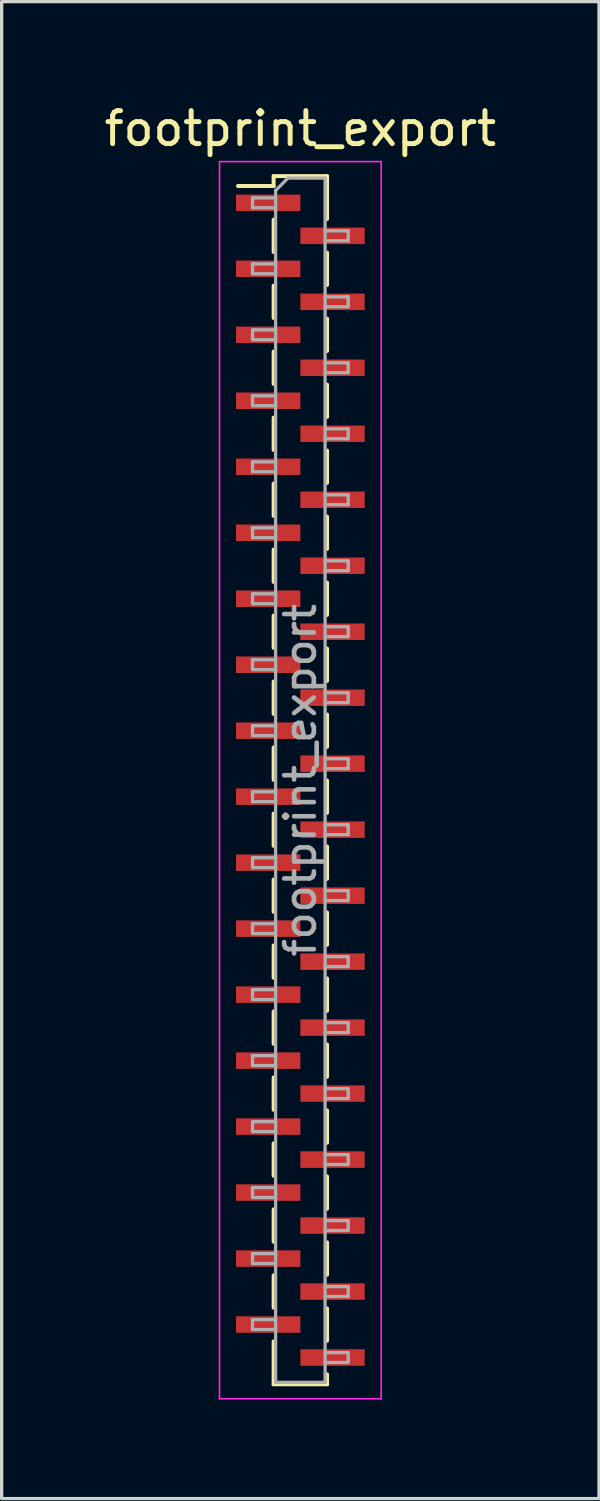
<source format=kicad_pcb>
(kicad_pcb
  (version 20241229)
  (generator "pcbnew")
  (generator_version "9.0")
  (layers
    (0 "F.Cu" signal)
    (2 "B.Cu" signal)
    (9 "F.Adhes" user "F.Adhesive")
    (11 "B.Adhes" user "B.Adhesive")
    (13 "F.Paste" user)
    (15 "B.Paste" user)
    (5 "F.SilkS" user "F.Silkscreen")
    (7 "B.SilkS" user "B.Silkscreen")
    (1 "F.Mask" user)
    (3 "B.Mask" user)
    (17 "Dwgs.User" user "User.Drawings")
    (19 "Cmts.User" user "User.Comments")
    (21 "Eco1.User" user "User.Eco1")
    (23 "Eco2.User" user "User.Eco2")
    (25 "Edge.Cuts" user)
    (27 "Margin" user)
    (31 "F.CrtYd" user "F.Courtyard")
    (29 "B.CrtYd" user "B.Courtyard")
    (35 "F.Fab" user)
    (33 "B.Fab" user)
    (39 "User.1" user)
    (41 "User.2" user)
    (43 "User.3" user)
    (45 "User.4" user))
  (footprint "footprint_export"
    (layer "F.Cu")
    (at 6.054 20.598)
    (property "Reference" "footprint_export" (at 0 -19.75 0) (layer "F.SilkS") (effects (font (size 1 1) (thickness 0.15))))
    (attr smd)
    (fp_line (start -1.89 -18.01) (end -0.81 -18.01) (stroke (width 0.12) (type solid)) (layer "F.SilkS"))
    (fp_line (start -0.81 -18.31) (end -0.81 -18.01) (stroke (width 0.12) (type solid)) (layer "F.SilkS"))
    (fp_line (start -0.81 -18.31) (end 0.81 -18.31) (stroke (width 0.12) (type solid)) (layer "F.SilkS"))
    (fp_line (start -0.81 -16.99) (end -0.81 -16.01) (stroke (width 0.12) (type solid)) (layer "F.SilkS"))
    (fp_line (start -0.81 -14.99) (end -0.81 -14.01) (stroke (width 0.12) (type solid)) (layer "F.SilkS"))
    (fp_line (start -0.81 -12.99) (end -0.81 -12.01) (stroke (width 0.12) (type solid)) (layer "F.SilkS"))
    (fp_line (start -0.81 -10.99) (end -0.81 -10.01) (stroke (width 0.12) (type solid)) (layer "F.SilkS"))
    (fp_line (start -0.81 -8.99) (end -0.81 -8.01) (stroke (width 0.12) (type solid)) (layer "F.SilkS"))
    (fp_line (start -0.81 -6.99) (end -0.81 -6.01) (stroke (width 0.12) (type solid)) (layer "F.SilkS"))
    (fp_line (start -0.81 -4.99) (end -0.81 -4.01) (stroke (width 0.12) (type solid)) (layer "F.SilkS"))
    (fp_line (start -0.81 -2.99) (end -0.81 -2.01) (stroke (width 0.12) (type solid)) (layer "F.SilkS"))
    (fp_line (start -0.81 -0.99) (end -0.81 -0.01) (stroke (width 0.12) (type solid)) (layer "F.SilkS"))
    (fp_line (start -0.81 1.01) (end -0.81 1.99) (stroke (width 0.12) (type solid)) (layer "F.SilkS"))
    (fp_line (start -0.81 3.01) (end -0.81 3.99) (stroke (width 0.12) (type solid)) (layer "F.SilkS"))
    (fp_line (start -0.81 5.01) (end -0.81 5.99) (stroke (width 0.12) (type solid)) (layer "F.SilkS"))
    (fp_line (start -0.81 7.01) (end -0.81 7.99) (stroke (width 0.12) (type solid)) (layer "F.SilkS"))
    (fp_line (start -0.81 9.01) (end -0.81 9.99) (stroke (width 0.12) (type solid)) (layer "F.SilkS"))
    (fp_line (start -0.81 11.01) (end -0.81 11.99) (stroke (width 0.12) (type solid)) (layer "F.SilkS"))
    (fp_line (start -0.81 13.01) (end -0.81 13.99) (stroke (width 0.12) (type solid)) (layer "F.SilkS"))
    (fp_line (start -0.81 15.01) (end -0.81 15.99) (stroke (width 0.12) (type solid)) (layer "F.SilkS"))
    (fp_line (start -0.81 17.01) (end -0.81 18.31) (stroke (width 0.12) (type solid)) (layer "F.SilkS"))
    (fp_line (start -0.81 18.31) (end 0.81 18.31) (stroke (width 0.12) (type solid)) (layer "F.SilkS"))
    (fp_line (start 0.81 -18.31) (end 0.81 -17.01) (stroke (width 0.12) (type solid)) (layer "F.SilkS"))
    (fp_line (start 0.81 -15.99) (end 0.81 -15.01) (stroke (width 0.12) (type solid)) (layer "F.SilkS"))
    (fp_line (start 0.81 -13.99) (end 0.81 -13.01) (stroke (width 0.12) (type solid)) (layer "F.SilkS"))
    (fp_line (start 0.81 -11.99) (end 0.81 -11.01) (stroke (width 0.12) (type solid)) (layer "F.SilkS"))
    (fp_line (start 0.81 -9.99) (end 0.81 -9.01) (stroke (width 0.12) (type solid)) (layer "F.SilkS"))
    (fp_line (start 0.81 -7.99) (end 0.81 -7.01) (stroke (width 0.12) (type solid)) (layer "F.SilkS"))
    (fp_line (start 0.81 -5.99) (end 0.81 -5.01) (stroke (width 0.12) (type solid)) (layer "F.SilkS"))
    (fp_line (start 0.81 -3.99) (end 0.81 -3.01) (stroke (width 0.12) (type solid)) (layer "F.SilkS"))
    (fp_line (start 0.81 -1.99) (end 0.81 -1.01) (stroke (width 0.12) (type solid)) (layer "F.SilkS"))
    (fp_line (start 0.81 0.01) (end 0.81 0.99) (stroke (width 0.12) (type solid)) (layer "F.SilkS"))
    (fp_line (start 0.81 2.01) (end 0.81 2.99) (stroke (width 0.12) (type solid)) (layer "F.SilkS"))
    (fp_line (start 0.81 4.01) (end 0.81 4.99) (stroke (width 0.12) (type solid)) (layer "F.SilkS"))
    (fp_line (start 0.81 6.01) (end 0.81 6.99) (stroke (width 0.12) (type solid)) (layer "F.SilkS"))
    (fp_line (start 0.81 8.01) (end 0.81 8.99) (stroke (width 0.12) (type solid)) (layer "F.SilkS"))
    (fp_line (start 0.81 10.01) (end 0.81 10.99) (stroke (width 0.12) (type solid)) (layer "F.SilkS"))
    (fp_line (start 0.81 12.01) (end 0.81 12.99) (stroke (width 0.12) (type solid)) (layer "F.SilkS"))
    (fp_line (start 0.81 14.01) (end 0.81 14.99) (stroke (width 0.12) (type solid)) (layer "F.SilkS"))
    (fp_line (start 0.81 16.01) (end 0.81 16.99) (stroke (width 0.12) (type solid)) (layer "F.SilkS"))
    (fp_line (start 0.81 18.01) (end 0.81 18.31) (stroke (width 0.12) (type solid)) (layer "F.SilkS"))
    (fp_line (start -2.45 -18.75) (end 2.45 -18.75) (stroke (width 0.05) (type solid)) (layer "F.CrtYd"))
    (fp_line (start -2.45 18.75) (end -2.45 -18.75) (stroke (width 0.05) (type solid)) (layer "F.CrtYd"))
    (fp_line (start 2.45 -18.75) (end 2.45 18.75) (stroke (width 0.05) (type solid)) (layer "F.CrtYd"))
    (fp_line (start 2.45 18.75) (end -2.45 18.75) (stroke (width 0.05) (type solid)) (layer "F.CrtYd"))
    (fp_line (start -1.45 -17.65) (end -0.75 -17.65) (stroke (width 0.1) (type solid)) (layer "F.Fab"))
    (fp_line (start -1.45 -17.35) (end -1.45 -17.65) (stroke (width 0.1) (type solid)) (layer "F.Fab"))
    (fp_line (start -1.45 -15.65) (end -0.75 -15.65) (stroke (width 0.1) (type solid)) (layer "F.Fab"))
    (fp_line (start -1.45 -15.35) (end -1.45 -15.65) (stroke (width 0.1) (type solid)) (layer "F.Fab"))
    (fp_line (start -1.45 -13.65) (end -0.75 -13.65) (stroke (width 0.1) (type solid)) (layer "F.Fab"))
    (fp_line (start -1.45 -13.35) (end -1.45 -13.65) (stroke (width 0.1) (type solid)) (layer "F.Fab"))
    (fp_line (start -1.45 -11.65) (end -0.75 -11.65) (stroke (width 0.1) (type solid)) (layer "F.Fab"))
    (fp_line (start -1.45 -11.35) (end -1.45 -11.65) (stroke (width 0.1) (type solid)) (layer "F.Fab"))
    (fp_line (start -1.45 -9.65) (end -0.75 -9.65) (stroke (width 0.1) (type solid)) (layer "F.Fab"))
    (fp_line (start -1.45 -9.35) (end -1.45 -9.65) (stroke (width 0.1) (type solid)) (layer "F.Fab"))
    (fp_line (start -1.45 -7.65) (end -0.75 -7.65) (stroke (width 0.1) (type solid)) (layer "F.Fab"))
    (fp_line (start -1.45 -7.35) (end -1.45 -7.65) (stroke (width 0.1) (type solid)) (layer "F.Fab"))
    (fp_line (start -1.45 -5.65) (end -0.75 -5.65) (stroke (width 0.1) (type solid)) (layer "F.Fab"))
    (fp_line (start -1.45 -5.35) (end -1.45 -5.65) (stroke (width 0.1) (type solid)) (layer "F.Fab"))
    (fp_line (start -1.45 -3.65) (end -0.75 -3.65) (stroke (width 0.1) (type solid)) (layer "F.Fab"))
    (fp_line (start -1.45 -3.35) (end -1.45 -3.65) (stroke (width 0.1) (type solid)) (layer "F.Fab"))
    (fp_line (start -1.45 -1.65) (end -0.75 -1.65) (stroke (width 0.1) (type solid)) (layer "F.Fab"))
    (fp_line (start -1.45 -1.35) (end -1.45 -1.65) (stroke (width 0.1) (type solid)) (layer "F.Fab"))
    (fp_line (start -1.45 0.35) (end -0.75 0.35) (stroke (width 0.1) (type solid)) (layer "F.Fab"))
    (fp_line (start -1.45 0.65) (end -1.45 0.35) (stroke (width 0.1) (type solid)) (layer "F.Fab"))
    (fp_line (start -1.45 2.35) (end -0.75 2.35) (stroke (width 0.1) (type solid)) (layer "F.Fab"))
    (fp_line (start -1.45 2.65) (end -1.45 2.35) (stroke (width 0.1) (type solid)) (layer "F.Fab"))
    (fp_line (start -1.45 4.35) (end -0.75 4.35) (stroke (width 0.1) (type solid)) (layer "F.Fab"))
    (fp_line (start -1.45 4.65) (end -1.45 4.35) (stroke (width 0.1) (type solid)) (layer "F.Fab"))
    (fp_line (start -1.45 6.35) (end -0.75 6.35) (stroke (width 0.1) (type solid)) (layer "F.Fab"))
    (fp_line (start -1.45 6.65) (end -1.45 6.35) (stroke (width 0.1) (type solid)) (layer "F.Fab"))
    (fp_line (start -1.45 8.35) (end -0.75 8.35) (stroke (width 0.1) (type solid)) (layer "F.Fab"))
    (fp_line (start -1.45 8.65) (end -1.45 8.35) (stroke (width 0.1) (type solid)) (layer "F.Fab"))
    (fp_line (start -1.45 10.35) (end -0.75 10.35) (stroke (width 0.1) (type solid)) (layer "F.Fab"))
    (fp_line (start -1.45 10.65) (end -1.45 10.35) (stroke (width 0.1) (type solid)) (layer "F.Fab"))
    (fp_line (start -1.45 12.35) (end -0.75 12.35) (stroke (width 0.1) (type solid)) (layer "F.Fab"))
    (fp_line (start -1.45 12.65) (end -1.45 12.35) (stroke (width 0.1) (type solid)) (layer "F.Fab"))
    (fp_line (start -1.45 14.35) (end -0.75 14.35) (stroke (width 0.1) (type solid)) (layer "F.Fab"))
    (fp_line (start -1.45 14.65) (end -1.45 14.35) (stroke (width 0.1) (type solid)) (layer "F.Fab"))
    (fp_line (start -1.45 16.35) (end -0.75 16.35) (stroke (width 0.1) (type solid)) (layer "F.Fab"))
    (fp_line (start -1.45 16.65) (end -1.45 16.35) (stroke (width 0.1) (type solid)) (layer "F.Fab"))
    (fp_line (start -0.75 -17.875) (end -0.375 -18.25) (stroke (width 0.1) (type solid)) (layer "F.Fab"))
    (fp_line (start -0.75 -17.35) (end -1.45 -17.35) (stroke (width 0.1) (type solid)) (layer "F.Fab"))
    (fp_line (start -0.75 -15.35) (end -1.45 -15.35) (stroke (width 0.1) (type solid)) (layer "F.Fab"))
    (fp_line (start -0.75 -13.35) (end -1.45 -13.35) (stroke (width 0.1) (type solid)) (layer "F.Fab"))
    (fp_line (start -0.75 -11.35) (end -1.45 -11.35) (stroke (width 0.1) (type solid)) (layer "F.Fab"))
    (fp_line (start -0.75 -9.35) (end -1.45 -9.35) (stroke (width 0.1) (type solid)) (layer "F.Fab"))
    (fp_line (start -0.75 -7.35) (end -1.45 -7.35) (stroke (width 0.1) (type solid)) (layer "F.Fab"))
    (fp_line (start -0.75 -5.35) (end -1.45 -5.35) (stroke (width 0.1) (type solid)) (layer "F.Fab"))
    (fp_line (start -0.75 -3.35) (end -1.45 -3.35) (stroke (width 0.1) (type solid)) (layer "F.Fab"))
    (fp_line (start -0.75 -1.35) (end -1.45 -1.35) (stroke (width 0.1) (type solid)) (layer "F.Fab"))
    (fp_line (start -0.75 0.65) (end -1.45 0.65) (stroke (width 0.1) (type solid)) (layer "F.Fab"))
    (fp_line (start -0.75 2.65) (end -1.45 2.65) (stroke (width 0.1) (type solid)) (layer "F.Fab"))
    (fp_line (start -0.75 4.65) (end -1.45 4.65) (stroke (width 0.1) (type solid)) (layer "F.Fab"))
    (fp_line (start -0.75 6.65) (end -1.45 6.65) (stroke (width 0.1) (type solid)) (layer "F.Fab"))
    (fp_line (start -0.75 8.65) (end -1.45 8.65) (stroke (width 0.1) (type solid)) (layer "F.Fab"))
    (fp_line (start -0.75 10.65) (end -1.45 10.65) (stroke (width 0.1) (type solid)) (layer "F.Fab"))
    (fp_line (start -0.75 12.65) (end -1.45 12.65) (stroke (width 0.1) (type solid)) (layer "F.Fab"))
    (fp_line (start -0.75 14.65) (end -1.45 14.65) (stroke (width 0.1) (type solid)) (layer "F.Fab"))
    (fp_line (start -0.75 16.65) (end -1.45 16.65) (stroke (width 0.1) (type solid)) (layer "F.Fab"))
    (fp_line (start -0.75 18.25) (end -0.75 -17.875) (stroke (width 0.1) (type solid)) (layer "F.Fab"))
    (fp_line (start -0.375 -18.25) (end 0.75 -18.25) (stroke (width 0.1) (type solid)) (layer "F.Fab"))
    (fp_line (start 0.75 -18.25) (end 0.75 18.25) (stroke (width 0.1) (type solid)) (layer "F.Fab"))
    (fp_line (start 0.75 -16.65) (end 1.45 -16.65) (stroke (width 0.1) (type solid)) (layer "F.Fab"))
    (fp_line (start 0.75 -14.65) (end 1.45 -14.65) (stroke (width 0.1) (type solid)) (layer "F.Fab"))
    (fp_line (start 0.75 -12.65) (end 1.45 -12.65) (stroke (width 0.1) (type solid)) (layer "F.Fab"))
    (fp_line (start 0.75 -10.65) (end 1.45 -10.65) (stroke (width 0.1) (type solid)) (layer "F.Fab"))
    (fp_line (start 0.75 -8.65) (end 1.45 -8.65) (stroke (width 0.1) (type solid)) (layer "F.Fab"))
    (fp_line (start 0.75 -6.65) (end 1.45 -6.65) (stroke (width 0.1) (type solid)) (layer "F.Fab"))
    (fp_line (start 0.75 -4.65) (end 1.45 -4.65) (stroke (width 0.1) (type solid)) (layer "F.Fab"))
    (fp_line (start 0.75 -2.65) (end 1.45 -2.65) (stroke (width 0.1) (type solid)) (layer "F.Fab"))
    (fp_line (start 0.75 -0.65) (end 1.45 -0.65) (stroke (width 0.1) (type solid)) (layer "F.Fab"))
    (fp_line (start 0.75 1.35) (end 1.45 1.35) (stroke (width 0.1) (type solid)) (layer "F.Fab"))
    (fp_line (start 0.75 3.35) (end 1.45 3.35) (stroke (width 0.1) (type solid)) (layer "F.Fab"))
    (fp_line (start 0.75 5.35) (end 1.45 5.35) (stroke (width 0.1) (type solid)) (layer "F.Fab"))
    (fp_line (start 0.75 7.35) (end 1.45 7.35) (stroke (width 0.1) (type solid)) (layer "F.Fab"))
    (fp_line (start 0.75 9.35) (end 1.45 9.35) (stroke (width 0.1) (type solid)) (layer "F.Fab"))
    (fp_line (start 0.75 11.35) (end 1.45 11.35) (stroke (width 0.1) (type solid)) (layer "F.Fab"))
    (fp_line (start 0.75 13.35) (end 1.45 13.35) (stroke (width 0.1) (type solid)) (layer "F.Fab"))
    (fp_line (start 0.75 15.35) (end 1.45 15.35) (stroke (width 0.1) (type solid)) (layer "F.Fab"))
    (fp_line (start 0.75 17.35) (end 1.45 17.35) (stroke (width 0.1) (type solid)) (layer "F.Fab"))
    (fp_line (start 0.75 18.25) (end -0.75 18.25) (stroke (width 0.1) (type solid)) (layer "F.Fab"))
    (fp_line (start 1.45 -16.65) (end 1.45 -16.35) (stroke (width 0.1) (type solid)) (layer "F.Fab"))
    (fp_line (start 1.45 -16.35) (end 0.75 -16.35) (stroke (width 0.1) (type solid)) (layer "F.Fab"))
    (fp_line (start 1.45 -14.65) (end 1.45 -14.35) (stroke (width 0.1) (type solid)) (layer "F.Fab"))
    (fp_line (start 1.45 -14.35) (end 0.75 -14.35) (stroke (width 0.1) (type solid)) (layer "F.Fab"))
    (fp_line (start 1.45 -12.65) (end 1.45 -12.35) (stroke (width 0.1) (type solid)) (layer "F.Fab"))
    (fp_line (start 1.45 -12.35) (end 0.75 -12.35) (stroke (width 0.1) (type solid)) (layer "F.Fab"))
    (fp_line (start 1.45 -10.65) (end 1.45 -10.35) (stroke (width 0.1) (type solid)) (layer "F.Fab"))
    (fp_line (start 1.45 -10.35) (end 0.75 -10.35) (stroke (width 0.1) (type solid)) (layer "F.Fab"))
    (fp_line (start 1.45 -8.65) (end 1.45 -8.35) (stroke (width 0.1) (type solid)) (layer "F.Fab"))
    (fp_line (start 1.45 -8.35) (end 0.75 -8.35) (stroke (width 0.1) (type solid)) (layer "F.Fab"))
    (fp_line (start 1.45 -6.65) (end 1.45 -6.35) (stroke (width 0.1) (type solid)) (layer "F.Fab"))
    (fp_line (start 1.45 -6.35) (end 0.75 -6.35) (stroke (width 0.1) (type solid)) (layer "F.Fab"))
    (fp_line (start 1.45 -4.65) (end 1.45 -4.35) (stroke (width 0.1) (type solid)) (layer "F.Fab"))
    (fp_line (start 1.45 -4.35) (end 0.75 -4.35) (stroke (width 0.1) (type solid)) (layer "F.Fab"))
    (fp_line (start 1.45 -2.65) (end 1.45 -2.35) (stroke (width 0.1) (type solid)) (layer "F.Fab"))
    (fp_line (start 1.45 -2.35) (end 0.75 -2.35) (stroke (width 0.1) (type solid)) (layer "F.Fab"))
    (fp_line (start 1.45 -0.65) (end 1.45 -0.35) (stroke (width 0.1) (type solid)) (layer "F.Fab"))
    (fp_line (start 1.45 -0.35) (end 0.75 -0.35) (stroke (width 0.1) (type solid)) (layer "F.Fab"))
    (fp_line (start 1.45 1.35) (end 1.45 1.65) (stroke (width 0.1) (type solid)) (layer "F.Fab"))
    (fp_line (start 1.45 1.65) (end 0.75 1.65) (stroke (width 0.1) (type solid)) (layer "F.Fab"))
    (fp_line (start 1.45 3.35) (end 1.45 3.65) (stroke (width 0.1) (type solid)) (layer "F.Fab"))
    (fp_line (start 1.45 3.65) (end 0.75 3.65) (stroke (width 0.1) (type solid)) (layer "F.Fab"))
    (fp_line (start 1.45 5.35) (end 1.45 5.65) (stroke (width 0.1) (type solid)) (layer "F.Fab"))
    (fp_line (start 1.45 5.65) (end 0.75 5.65) (stroke (width 0.1) (type solid)) (layer "F.Fab"))
    (fp_line (start 1.45 7.35) (end 1.45 7.65) (stroke (width 0.1) (type solid)) (layer "F.Fab"))
    (fp_line (start 1.45 7.65) (end 0.75 7.65) (stroke (width 0.1) (type solid)) (layer "F.Fab"))
    (fp_line (start 1.45 9.35) (end 1.45 9.65) (stroke (width 0.1) (type solid)) (layer "F.Fab"))
    (fp_line (start 1.45 9.65) (end 0.75 9.65) (stroke (width 0.1) (type solid)) (layer "F.Fab"))
    (fp_line (start 1.45 11.35) (end 1.45 11.65) (stroke (width 0.1) (type solid)) (layer "F.Fab"))
    (fp_line (start 1.45 11.65) (end 0.75 11.65) (stroke (width 0.1) (type solid)) (layer "F.Fab"))
    (fp_line (start 1.45 13.35) (end 1.45 13.65) (stroke (width 0.1) (type solid)) (layer "F.Fab"))
    (fp_line (start 1.45 13.65) (end 0.75 13.65) (stroke (width 0.1) (type solid)) (layer "F.Fab"))
    (fp_line (start 1.45 15.35) (end 1.45 15.65) (stroke (width 0.1) (type solid)) (layer "F.Fab"))
    (fp_line (start 1.45 15.65) (end 0.75 15.65) (stroke (width 0.1) (type solid)) (layer "F.Fab"))
    (fp_line (start 1.45 17.35) (end 1.45 17.65) (stroke (width 0.1) (type solid)) (layer "F.Fab"))
    (fp_line (start 1.45 17.65) (end 0.75 17.65) (stroke (width 0.1) (type solid)) (layer "F.Fab"))
    (fp_text user "${REFERENCE}" (at 0 0 90) (layer "F.Fab") (effects (font (size 0.9 0.9) (thickness 0.14))))
    (pad "1" smd rect (at -0.975 -17.5) (size 1.95 0.5) (layers "F.Cu" "F.Mask" "F.Paste"))
    (pad "2" smd rect (at 0.975 -16.5) (size 1.95 0.5) (layers "F.Cu" "F.Mask" "F.Paste"))
    (pad "3" smd rect (at -0.975 -15.5) (size 1.95 0.5) (layers "F.Cu" "F.Mask" "F.Paste"))
    (pad "4" smd rect (at 0.975 -14.5) (size 1.95 0.5) (layers "F.Cu" "F.Mask" "F.Paste"))
    (pad "5" smd rect (at -0.975 -13.5) (size 1.95 0.5) (layers "F.Cu" "F.Mask" "F.Paste"))
    (pad "6" smd rect (at 0.975 -12.5) (size 1.95 0.5) (layers "F.Cu" "F.Mask" "F.Paste"))
    (pad "7" smd rect (at -0.975 -11.5) (size 1.95 0.5) (layers "F.Cu" "F.Mask" "F.Paste"))
    (pad "8" smd rect (at 0.975 -10.5) (size 1.95 0.5) (layers "F.Cu" "F.Mask" "F.Paste"))
    (pad "9" smd rect (at -0.975 -9.5) (size 1.95 0.5) (layers "F.Cu" "F.Mask" "F.Paste"))
    (pad "10" smd rect (at 0.975 -8.5) (size 1.95 0.5) (layers "F.Cu" "F.Mask" "F.Paste"))
    (pad "11" smd rect (at -0.975 -7.5) (size 1.95 0.5) (layers "F.Cu" "F.Mask" "F.Paste"))
    (pad "12" smd rect (at 0.975 -6.5) (size 1.95 0.5) (layers "F.Cu" "F.Mask" "F.Paste"))
    (pad "13" smd rect (at -0.975 -5.5) (size 1.95 0.5) (layers "F.Cu" "F.Mask" "F.Paste"))
    (pad "14" smd rect (at 0.975 -4.5) (size 1.95 0.5) (layers "F.Cu" "F.Mask" "F.Paste"))
    (pad "15" smd rect (at -0.975 -3.5) (size 1.95 0.5) (layers "F.Cu" "F.Mask" "F.Paste"))
    (pad "16" smd rect (at 0.975 -2.5) (size 1.95 0.5) (layers "F.Cu" "F.Mask" "F.Paste"))
    (pad "17" smd rect (at -0.975 -1.5) (size 1.95 0.5) (layers "F.Cu" "F.Mask" "F.Paste"))
    (pad "18" smd rect (at 0.975 -0.5) (size 1.95 0.5) (layers "F.Cu" "F.Mask" "F.Paste"))
    (pad "19" smd rect (at -0.975 0.5) (size 1.95 0.5) (layers "F.Cu" "F.Mask" "F.Paste"))
    (pad "20" smd rect (at 0.975 1.5) (size 1.95 0.5) (layers "F.Cu" "F.Mask" "F.Paste"))
    (pad "21" smd rect (at -0.975 2.5) (size 1.95 0.5) (layers "F.Cu" "F.Mask" "F.Paste"))
    (pad "22" smd rect (at 0.975 3.5) (size 1.95 0.5) (layers "F.Cu" "F.Mask" "F.Paste"))
    (pad "23" smd rect (at -0.975 4.5) (size 1.95 0.5) (layers "F.Cu" "F.Mask" "F.Paste"))
    (pad "24" smd rect (at 0.975 5.5) (size 1.95 0.5) (layers "F.Cu" "F.Mask" "F.Paste"))
    (pad "25" smd rect (at -0.975 6.5) (size 1.95 0.5) (layers "F.Cu" "F.Mask" "F.Paste"))
    (pad "26" smd rect (at 0.975 7.5) (size 1.95 0.5) (layers "F.Cu" "F.Mask" "F.Paste"))
    (pad "27" smd rect (at -0.975 8.5) (size 1.95 0.5) (layers "F.Cu" "F.Mask" "F.Paste"))
    (pad "28" smd rect (at 0.975 9.5) (size 1.95 0.5) (layers "F.Cu" "F.Mask" "F.Paste"))
    (pad "29" smd rect (at -0.975 10.5) (size 1.95 0.5) (layers "F.Cu" "F.Mask" "F.Paste"))
    (pad "30" smd rect (at 0.975 11.5) (size 1.95 0.5) (layers "F.Cu" "F.Mask" "F.Paste"))
    (pad "31" smd rect (at -0.975 12.5) (size 1.95 0.5) (layers "F.Cu" "F.Mask" "F.Paste"))
    (pad "32" smd rect (at 0.975 13.5) (size 1.95 0.5) (layers "F.Cu" "F.Mask" "F.Paste"))
    (pad "33" smd rect (at -0.975 14.5) (size 1.95 0.5) (layers "F.Cu" "F.Mask" "F.Paste"))
    (pad "34" smd rect (at 0.975 15.5) (size 1.95 0.5) (layers "F.Cu" "F.Mask" "F.Paste"))
    (pad "35" smd rect (at -0.975 16.5) (size 1.95 0.5) (layers "F.Cu" "F.Mask" "F.Paste"))
    (pad "36" smd rect (at 0.975 17.5) (size 1.95 0.5) (layers "F.Cu" "F.Mask" "F.Paste")))
  (gr_rect
    (start -3 -3)
    (end 15.107 42.373)
    (stroke (width 0.1) (type default))
    (fill no)
    (layer "Edge.Cuts")))
</source>
